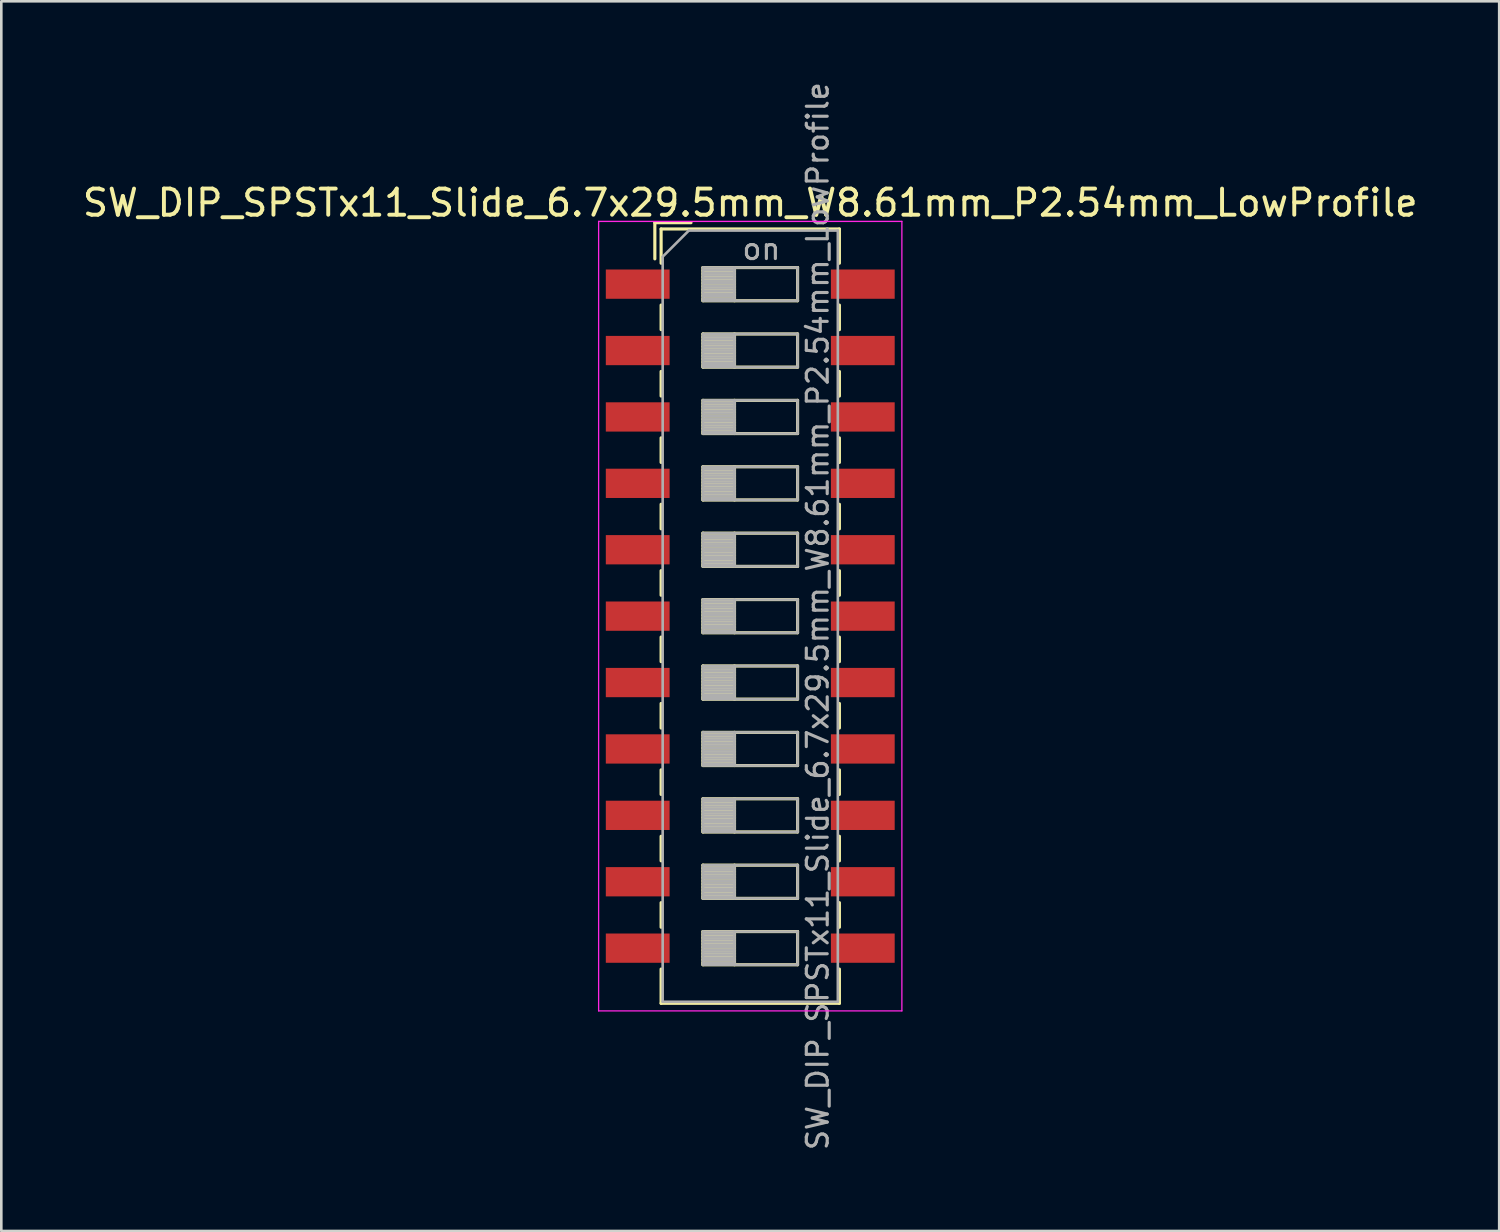
<source format=kicad_pcb>
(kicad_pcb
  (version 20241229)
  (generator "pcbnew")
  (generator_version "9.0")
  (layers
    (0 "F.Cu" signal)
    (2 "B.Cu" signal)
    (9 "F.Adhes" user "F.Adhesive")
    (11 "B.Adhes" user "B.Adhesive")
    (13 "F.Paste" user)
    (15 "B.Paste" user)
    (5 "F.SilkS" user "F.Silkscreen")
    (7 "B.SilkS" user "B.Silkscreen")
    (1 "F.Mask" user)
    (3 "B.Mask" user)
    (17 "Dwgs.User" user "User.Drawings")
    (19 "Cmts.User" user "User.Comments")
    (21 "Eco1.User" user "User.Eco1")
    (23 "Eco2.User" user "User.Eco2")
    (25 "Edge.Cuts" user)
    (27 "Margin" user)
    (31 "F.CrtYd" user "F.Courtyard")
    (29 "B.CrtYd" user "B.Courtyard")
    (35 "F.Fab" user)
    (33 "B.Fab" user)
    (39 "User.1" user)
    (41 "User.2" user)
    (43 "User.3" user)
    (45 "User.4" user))
  (footprint "SW_DIP_SPSTx11_Slide_6.7x29.5mm_W8.61mm_P2.54mm_LowProfile"
    (layer "F.Cu")
    (at 25.649 20.519)
    (property "Reference" "SW_DIP_SPSTx11_Slide_6.7x29.5mm_W8.61mm_P2.54mm_LowProfile" (at 0 -15.81 0) (layer "F.SilkS") (effects (font (size 1 1) (thickness 0.15))))
    (attr smd)
    (fp_line (start -3.65 -15.05) (end -3.65 -13.667) (stroke (width 0.12) (type solid)) (layer "F.SilkS"))
    (fp_line (start -3.65 -15.05) (end -2.267 -15.05) (stroke (width 0.12) (type solid)) (layer "F.SilkS"))
    (fp_line (start -3.41 -14.81) (end -3.41 -13.5) (stroke (width 0.12) (type solid)) (layer "F.SilkS"))
    (fp_line (start -3.41 -14.81) (end 3.41 -14.81) (stroke (width 0.12) (type solid)) (layer "F.SilkS"))
    (fp_line (start -3.41 -11.9) (end -3.41 -10.96) (stroke (width 0.12) (type solid)) (layer "F.SilkS"))
    (fp_line (start -3.41 -9.36) (end -3.41 -8.42) (stroke (width 0.12) (type solid)) (layer "F.SilkS"))
    (fp_line (start -3.41 -6.82) (end -3.41 -5.88) (stroke (width 0.12) (type solid)) (layer "F.SilkS"))
    (fp_line (start -3.41 -4.28) (end -3.41 -3.34) (stroke (width 0.12) (type solid)) (layer "F.SilkS"))
    (fp_line (start -3.41 -1.74) (end -3.41 -0.8) (stroke (width 0.12) (type solid)) (layer "F.SilkS"))
    (fp_line (start -3.41 0.8) (end -3.41 1.74) (stroke (width 0.12) (type solid)) (layer "F.SilkS"))
    (fp_line (start -3.41 3.34) (end -3.41 4.28) (stroke (width 0.12) (type solid)) (layer "F.SilkS"))
    (fp_line (start -3.41 5.88) (end -3.41 6.82) (stroke (width 0.12) (type solid)) (layer "F.SilkS"))
    (fp_line (start -3.41 8.42) (end -3.41 9.36) (stroke (width 0.12) (type solid)) (layer "F.SilkS"))
    (fp_line (start -3.41 10.96) (end -3.41 11.9) (stroke (width 0.12) (type solid)) (layer "F.SilkS"))
    (fp_line (start -3.41 13.5) (end -3.41 14.81) (stroke (width 0.12) (type solid)) (layer "F.SilkS"))
    (fp_line (start -3.41 14.81) (end 3.41 14.81) (stroke (width 0.12) (type solid)) (layer "F.SilkS"))
    (fp_line (start -1.81 -13.335) (end -1.81 -12.065) (stroke (width 0.12) (type solid)) (layer "F.SilkS"))
    (fp_line (start -1.81 -13.215) (end -0.603 -13.215) (stroke (width 0.12) (type solid)) (layer "F.SilkS"))
    (fp_line (start -1.81 -13.095) (end -0.603 -13.095) (stroke (width 0.12) (type solid)) (layer "F.SilkS"))
    (fp_line (start -1.81 -12.975) (end -0.603 -12.975) (stroke (width 0.12) (type solid)) (layer "F.SilkS"))
    (fp_line (start -1.81 -12.855) (end -0.603 -12.855) (stroke (width 0.12) (type solid)) (layer "F.SilkS"))
    (fp_line (start -1.81 -12.735) (end -0.603 -12.735) (stroke (width 0.12) (type solid)) (layer "F.SilkS"))
    (fp_line (start -1.81 -12.615) (end -0.603 -12.615) (stroke (width 0.12) (type solid)) (layer "F.SilkS"))
    (fp_line (start -1.81 -12.495) (end -0.603 -12.495) (stroke (width 0.12) (type solid)) (layer "F.SilkS"))
    (fp_line (start -1.81 -12.375) (end -0.603 -12.375) (stroke (width 0.12) (type solid)) (layer "F.SilkS"))
    (fp_line (start -1.81 -12.255) (end -0.603 -12.255) (stroke (width 0.12) (type solid)) (layer "F.SilkS"))
    (fp_line (start -1.81 -12.135) (end -0.603 -12.135) (stroke (width 0.12) (type solid)) (layer "F.SilkS"))
    (fp_line (start -1.81 -12.065) (end 1.81 -12.065) (stroke (width 0.12) (type solid)) (layer "F.SilkS"))
    (fp_line (start -1.81 -10.795) (end -1.81 -9.525) (stroke (width 0.12) (type solid)) (layer "F.SilkS"))
    (fp_line (start -1.81 -10.675) (end -0.603 -10.675) (stroke (width 0.12) (type solid)) (layer "F.SilkS"))
    (fp_line (start -1.81 -10.555) (end -0.603 -10.555) (stroke (width 0.12) (type solid)) (layer "F.SilkS"))
    (fp_line (start -1.81 -10.435) (end -0.603 -10.435) (stroke (width 0.12) (type solid)) (layer "F.SilkS"))
    (fp_line (start -1.81 -10.315) (end -0.603 -10.315) (stroke (width 0.12) (type solid)) (layer "F.SilkS"))
    (fp_line (start -1.81 -10.195) (end -0.603 -10.195) (stroke (width 0.12) (type solid)) (layer "F.SilkS"))
    (fp_line (start -1.81 -10.075) (end -0.603 -10.075) (stroke (width 0.12) (type solid)) (layer "F.SilkS"))
    (fp_line (start -1.81 -9.955) (end -0.603 -9.955) (stroke (width 0.12) (type solid)) (layer "F.SilkS"))
    (fp_line (start -1.81 -9.835) (end -0.603 -9.835) (stroke (width 0.12) (type solid)) (layer "F.SilkS"))
    (fp_line (start -1.81 -9.715) (end -0.603 -9.715) (stroke (width 0.12) (type solid)) (layer "F.SilkS"))
    (fp_line (start -1.81 -9.595) (end -0.603 -9.595) (stroke (width 0.12) (type solid)) (layer "F.SilkS"))
    (fp_line (start -1.81 -9.525) (end 1.81 -9.525) (stroke (width 0.12) (type solid)) (layer "F.SilkS"))
    (fp_line (start -1.81 -8.255) (end -1.81 -6.985) (stroke (width 0.12) (type solid)) (layer "F.SilkS"))
    (fp_line (start -1.81 -8.135) (end -0.603 -8.135) (stroke (width 0.12) (type solid)) (layer "F.SilkS"))
    (fp_line (start -1.81 -8.015) (end -0.603 -8.015) (stroke (width 0.12) (type solid)) (layer "F.SilkS"))
    (fp_line (start -1.81 -7.895) (end -0.603 -7.895) (stroke (width 0.12) (type solid)) (layer "F.SilkS"))
    (fp_line (start -1.81 -7.775) (end -0.603 -7.775) (stroke (width 0.12) (type solid)) (layer "F.SilkS"))
    (fp_line (start -1.81 -7.655) (end -0.603 -7.655) (stroke (width 0.12) (type solid)) (layer "F.SilkS"))
    (fp_line (start -1.81 -7.535) (end -0.603 -7.535) (stroke (width 0.12) (type solid)) (layer "F.SilkS"))
    (fp_line (start -1.81 -7.415) (end -0.603 -7.415) (stroke (width 0.12) (type solid)) (layer "F.SilkS"))
    (fp_line (start -1.81 -7.295) (end -0.603 -7.295) (stroke (width 0.12) (type solid)) (layer "F.SilkS"))
    (fp_line (start -1.81 -7.175) (end -0.603 -7.175) (stroke (width 0.12) (type solid)) (layer "F.SilkS"))
    (fp_line (start -1.81 -7.055) (end -0.603 -7.055) (stroke (width 0.12) (type solid)) (layer "F.SilkS"))
    (fp_line (start -1.81 -6.985) (end 1.81 -6.985) (stroke (width 0.12) (type solid)) (layer "F.SilkS"))
    (fp_line (start -1.81 -5.715) (end -1.81 -4.445) (stroke (width 0.12) (type solid)) (layer "F.SilkS"))
    (fp_line (start -1.81 -5.595) (end -0.603 -5.595) (stroke (width 0.12) (type solid)) (layer "F.SilkS"))
    (fp_line (start -1.81 -5.475) (end -0.603 -5.475) (stroke (width 0.12) (type solid)) (layer "F.SilkS"))
    (fp_line (start -1.81 -5.355) (end -0.603 -5.355) (stroke (width 0.12) (type solid)) (layer "F.SilkS"))
    (fp_line (start -1.81 -5.235) (end -0.603 -5.235) (stroke (width 0.12) (type solid)) (layer "F.SilkS"))
    (fp_line (start -1.81 -5.115) (end -0.603 -5.115) (stroke (width 0.12) (type solid)) (layer "F.SilkS"))
    (fp_line (start -1.81 -4.995) (end -0.603 -4.995) (stroke (width 0.12) (type solid)) (layer "F.SilkS"))
    (fp_line (start -1.81 -4.875) (end -0.603 -4.875) (stroke (width 0.12) (type solid)) (layer "F.SilkS"))
    (fp_line (start -1.81 -4.755) (end -0.603 -4.755) (stroke (width 0.12) (type solid)) (layer "F.SilkS"))
    (fp_line (start -1.81 -4.635) (end -0.603 -4.635) (stroke (width 0.12) (type solid)) (layer "F.SilkS"))
    (fp_line (start -1.81 -4.515) (end -0.603 -4.515) (stroke (width 0.12) (type solid)) (layer "F.SilkS"))
    (fp_line (start -1.81 -4.445) (end 1.81 -4.445) (stroke (width 0.12) (type solid)) (layer "F.SilkS"))
    (fp_line (start -1.81 -3.175) (end -1.81 -1.905) (stroke (width 0.12) (type solid)) (layer "F.SilkS"))
    (fp_line (start -1.81 -3.055) (end -0.603 -3.055) (stroke (width 0.12) (type solid)) (layer "F.SilkS"))
    (fp_line (start -1.81 -2.935) (end -0.603 -2.935) (stroke (width 0.12) (type solid)) (layer "F.SilkS"))
    (fp_line (start -1.81 -2.815) (end -0.603 -2.815) (stroke (width 0.12) (type solid)) (layer "F.SilkS"))
    (fp_line (start -1.81 -2.695) (end -0.603 -2.695) (stroke (width 0.12) (type solid)) (layer "F.SilkS"))
    (fp_line (start -1.81 -2.575) (end -0.603 -2.575) (stroke (width 0.12) (type solid)) (layer "F.SilkS"))
    (fp_line (start -1.81 -2.455) (end -0.603 -2.455) (stroke (width 0.12) (type solid)) (layer "F.SilkS"))
    (fp_line (start -1.81 -2.335) (end -0.603 -2.335) (stroke (width 0.12) (type solid)) (layer "F.SilkS"))
    (fp_line (start -1.81 -2.215) (end -0.603 -2.215) (stroke (width 0.12) (type solid)) (layer "F.SilkS"))
    (fp_line (start -1.81 -2.095) (end -0.603 -2.095) (stroke (width 0.12) (type solid)) (layer "F.SilkS"))
    (fp_line (start -1.81 -1.975) (end -0.603 -1.975) (stroke (width 0.12) (type solid)) (layer "F.SilkS"))
    (fp_line (start -1.81 -1.905) (end 1.81 -1.905) (stroke (width 0.12) (type solid)) (layer "F.SilkS"))
    (fp_line (start -1.81 -0.635) (end -1.81 0.635) (stroke (width 0.12) (type solid)) (layer "F.SilkS"))
    (fp_line (start -1.81 -0.515) (end -0.603 -0.515) (stroke (width 0.12) (type solid)) (layer "F.SilkS"))
    (fp_line (start -1.81 -0.395) (end -0.603 -0.395) (stroke (width 0.12) (type solid)) (layer "F.SilkS"))
    (fp_line (start -1.81 -0.275) (end -0.603 -0.275) (stroke (width 0.12) (type solid)) (layer "F.SilkS"))
    (fp_line (start -1.81 -0.155) (end -0.603 -0.155) (stroke (width 0.12) (type solid)) (layer "F.SilkS"))
    (fp_line (start -1.81 -0.035) (end -0.603 -0.035) (stroke (width 0.12) (type solid)) (layer "F.SilkS"))
    (fp_line (start -1.81 0.085) (end -0.603 0.085) (stroke (width 0.12) (type solid)) (layer "F.SilkS"))
    (fp_line (start -1.81 0.205) (end -0.603 0.205) (stroke (width 0.12) (type solid)) (layer "F.SilkS"))
    (fp_line (start -1.81 0.325) (end -0.603 0.325) (stroke (width 0.12) (type solid)) (layer "F.SilkS"))
    (fp_line (start -1.81 0.445) (end -0.603 0.445) (stroke (width 0.12) (type solid)) (layer "F.SilkS"))
    (fp_line (start -1.81 0.565) (end -0.603 0.565) (stroke (width 0.12) (type solid)) (layer "F.SilkS"))
    (fp_line (start -1.81 0.635) (end 1.81 0.635) (stroke (width 0.12) (type solid)) (layer "F.SilkS"))
    (fp_line (start -1.81 1.905) (end -1.81 3.175) (stroke (width 0.12) (type solid)) (layer "F.SilkS"))
    (fp_line (start -1.81 2.025) (end -0.603 2.025) (stroke (width 0.12) (type solid)) (layer "F.SilkS"))
    (fp_line (start -1.81 2.145) (end -0.603 2.145) (stroke (width 0.12) (type solid)) (layer "F.SilkS"))
    (fp_line (start -1.81 2.265) (end -0.603 2.265) (stroke (width 0.12) (type solid)) (layer "F.SilkS"))
    (fp_line (start -1.81 2.385) (end -0.603 2.385) (stroke (width 0.12) (type solid)) (layer "F.SilkS"))
    (fp_line (start -1.81 2.505) (end -0.603 2.505) (stroke (width 0.12) (type solid)) (layer "F.SilkS"))
    (fp_line (start -1.81 2.625) (end -0.603 2.625) (stroke (width 0.12) (type solid)) (layer "F.SilkS"))
    (fp_line (start -1.81 2.745) (end -0.603 2.745) (stroke (width 0.12) (type solid)) (layer "F.SilkS"))
    (fp_line (start -1.81 2.865) (end -0.603 2.865) (stroke (width 0.12) (type solid)) (layer "F.SilkS"))
    (fp_line (start -1.81 2.985) (end -0.603 2.985) (stroke (width 0.12) (type solid)) (layer "F.SilkS"))
    (fp_line (start -1.81 3.105) (end -0.603 3.105) (stroke (width 0.12) (type solid)) (layer "F.SilkS"))
    (fp_line (start -1.81 3.175) (end 1.81 3.175) (stroke (width 0.12) (type solid)) (layer "F.SilkS"))
    (fp_line (start -1.81 4.445) (end -1.81 5.715) (stroke (width 0.12) (type solid)) (layer "F.SilkS"))
    (fp_line (start -1.81 4.565) (end -0.603 4.565) (stroke (width 0.12) (type solid)) (layer "F.SilkS"))
    (fp_line (start -1.81 4.685) (end -0.603 4.685) (stroke (width 0.12) (type solid)) (layer "F.SilkS"))
    (fp_line (start -1.81 4.805) (end -0.603 4.805) (stroke (width 0.12) (type solid)) (layer "F.SilkS"))
    (fp_line (start -1.81 4.925) (end -0.603 4.925) (stroke (width 0.12) (type solid)) (layer "F.SilkS"))
    (fp_line (start -1.81 5.045) (end -0.603 5.045) (stroke (width 0.12) (type solid)) (layer "F.SilkS"))
    (fp_line (start -1.81 5.165) (end -0.603 5.165) (stroke (width 0.12) (type solid)) (layer "F.SilkS"))
    (fp_line (start -1.81 5.285) (end -0.603 5.285) (stroke (width 0.12) (type solid)) (layer "F.SilkS"))
    (fp_line (start -1.81 5.405) (end -0.603 5.405) (stroke (width 0.12) (type solid)) (layer "F.SilkS"))
    (fp_line (start -1.81 5.525) (end -0.603 5.525) (stroke (width 0.12) (type solid)) (layer "F.SilkS"))
    (fp_line (start -1.81 5.645) (end -0.603 5.645) (stroke (width 0.12) (type solid)) (layer "F.SilkS"))
    (fp_line (start -1.81 5.715) (end 1.81 5.715) (stroke (width 0.12) (type solid)) (layer "F.SilkS"))
    (fp_line (start -1.81 6.985) (end -1.81 8.255) (stroke (width 0.12) (type solid)) (layer "F.SilkS"))
    (fp_line (start -1.81 7.105) (end -0.603 7.105) (stroke (width 0.12) (type solid)) (layer "F.SilkS"))
    (fp_line (start -1.81 7.225) (end -0.603 7.225) (stroke (width 0.12) (type solid)) (layer "F.SilkS"))
    (fp_line (start -1.81 7.345) (end -0.603 7.345) (stroke (width 0.12) (type solid)) (layer "F.SilkS"))
    (fp_line (start -1.81 7.465) (end -0.603 7.465) (stroke (width 0.12) (type solid)) (layer "F.SilkS"))
    (fp_line (start -1.81 7.585) (end -0.603 7.585) (stroke (width 0.12) (type solid)) (layer "F.SilkS"))
    (fp_line (start -1.81 7.705) (end -0.603 7.705) (stroke (width 0.12) (type solid)) (layer "F.SilkS"))
    (fp_line (start -1.81 7.825) (end -0.603 7.825) (stroke (width 0.12) (type solid)) (layer "F.SilkS"))
    (fp_line (start -1.81 7.945) (end -0.603 7.945) (stroke (width 0.12) (type solid)) (layer "F.SilkS"))
    (fp_line (start -1.81 8.065) (end -0.603 8.065) (stroke (width 0.12) (type solid)) (layer "F.SilkS"))
    (fp_line (start -1.81 8.185) (end -0.603 8.185) (stroke (width 0.12) (type solid)) (layer "F.SilkS"))
    (fp_line (start -1.81 8.255) (end 1.81 8.255) (stroke (width 0.12) (type solid)) (layer "F.SilkS"))
    (fp_line (start -1.81 9.525) (end -1.81 10.795) (stroke (width 0.12) (type solid)) (layer "F.SilkS"))
    (fp_line (start -1.81 9.645) (end -0.603 9.645) (stroke (width 0.12) (type solid)) (layer "F.SilkS"))
    (fp_line (start -1.81 9.765) (end -0.603 9.765) (stroke (width 0.12) (type solid)) (layer "F.SilkS"))
    (fp_line (start -1.81 9.885) (end -0.603 9.885) (stroke (width 0.12) (type solid)) (layer "F.SilkS"))
    (fp_line (start -1.81 10.005) (end -0.603 10.005) (stroke (width 0.12) (type solid)) (layer "F.SilkS"))
    (fp_line (start -1.81 10.125) (end -0.603 10.125) (stroke (width 0.12) (type solid)) (layer "F.SilkS"))
    (fp_line (start -1.81 10.245) (end -0.603 10.245) (stroke (width 0.12) (type solid)) (layer "F.SilkS"))
    (fp_line (start -1.81 10.365) (end -0.603 10.365) (stroke (width 0.12) (type solid)) (layer "F.SilkS"))
    (fp_line (start -1.81 10.485) (end -0.603 10.485) (stroke (width 0.12) (type solid)) (layer "F.SilkS"))
    (fp_line (start -1.81 10.605) (end -0.603 10.605) (stroke (width 0.12) (type solid)) (layer "F.SilkS"))
    (fp_line (start -1.81 10.725) (end -0.603 10.725) (stroke (width 0.12) (type solid)) (layer "F.SilkS"))
    (fp_line (start -1.81 10.795) (end 1.81 10.795) (stroke (width 0.12) (type solid)) (layer "F.SilkS"))
    (fp_line (start -1.81 12.065) (end -1.81 13.335) (stroke (width 0.12) (type solid)) (layer "F.SilkS"))
    (fp_line (start -1.81 12.185) (end -0.603 12.185) (stroke (width 0.12) (type solid)) (layer "F.SilkS"))
    (fp_line (start -1.81 12.305) (end -0.603 12.305) (stroke (width 0.12) (type solid)) (layer "F.SilkS"))
    (fp_line (start -1.81 12.425) (end -0.603 12.425) (stroke (width 0.12) (type solid)) (layer "F.SilkS"))
    (fp_line (start -1.81 12.545) (end -0.603 12.545) (stroke (width 0.12) (type solid)) (layer "F.SilkS"))
    (fp_line (start -1.81 12.665) (end -0.603 12.665) (stroke (width 0.12) (type solid)) (layer "F.SilkS"))
    (fp_line (start -1.81 12.785) (end -0.603 12.785) (stroke (width 0.12) (type solid)) (layer "F.SilkS"))
    (fp_line (start -1.81 12.905) (end -0.603 12.905) (stroke (width 0.12) (type solid)) (layer "F.SilkS"))
    (fp_line (start -1.81 13.025) (end -0.603 13.025) (stroke (width 0.12) (type solid)) (layer "F.SilkS"))
    (fp_line (start -1.81 13.145) (end -0.603 13.145) (stroke (width 0.12) (type solid)) (layer "F.SilkS"))
    (fp_line (start -1.81 13.265) (end -0.603 13.265) (stroke (width 0.12) (type solid)) (layer "F.SilkS"))
    (fp_line (start -1.81 13.335) (end 1.81 13.335) (stroke (width 0.12) (type solid)) (layer "F.SilkS"))
    (fp_line (start -0.603 -13.335) (end -0.603 -12.065) (stroke (width 0.12) (type solid)) (layer "F.SilkS"))
    (fp_line (start -0.603 -10.795) (end -0.603 -9.525) (stroke (width 0.12) (type solid)) (layer "F.SilkS"))
    (fp_line (start -0.603 -8.255) (end -0.603 -6.985) (stroke (width 0.12) (type solid)) (layer "F.SilkS"))
    (fp_line (start -0.603 -5.715) (end -0.603 -4.445) (stroke (width 0.12) (type solid)) (layer "F.SilkS"))
    (fp_line (start -0.603 -3.175) (end -0.603 -1.905) (stroke (width 0.12) (type solid)) (layer "F.SilkS"))
    (fp_line (start -0.603 -0.635) (end -0.603 0.635) (stroke (width 0.12) (type solid)) (layer "F.SilkS"))
    (fp_line (start -0.603 1.905) (end -0.603 3.175) (stroke (width 0.12) (type solid)) (layer "F.SilkS"))
    (fp_line (start -0.603 4.445) (end -0.603 5.715) (stroke (width 0.12) (type solid)) (layer "F.SilkS"))
    (fp_line (start -0.603 6.985) (end -0.603 8.255) (stroke (width 0.12) (type solid)) (layer "F.SilkS"))
    (fp_line (start -0.603 9.525) (end -0.603 10.795) (stroke (width 0.12) (type solid)) (layer "F.SilkS"))
    (fp_line (start -0.603 12.065) (end -0.603 13.335) (stroke (width 0.12) (type solid)) (layer "F.SilkS"))
    (fp_line (start 1.81 -13.335) (end -1.81 -13.335) (stroke (width 0.12) (type solid)) (layer "F.SilkS"))
    (fp_line (start 1.81 -12.065) (end 1.81 -13.335) (stroke (width 0.12) (type solid)) (layer "F.SilkS"))
    (fp_line (start 1.81 -10.795) (end -1.81 -10.795) (stroke (width 0.12) (type solid)) (layer "F.SilkS"))
    (fp_line (start 1.81 -9.525) (end 1.81 -10.795) (stroke (width 0.12) (type solid)) (layer "F.SilkS"))
    (fp_line (start 1.81 -8.255) (end -1.81 -8.255) (stroke (width 0.12) (type solid)) (layer "F.SilkS"))
    (fp_line (start 1.81 -6.985) (end 1.81 -8.255) (stroke (width 0.12) (type solid)) (layer "F.SilkS"))
    (fp_line (start 1.81 -5.715) (end -1.81 -5.715) (stroke (width 0.12) (type solid)) (layer "F.SilkS"))
    (fp_line (start 1.81 -4.445) (end 1.81 -5.715) (stroke (width 0.12) (type solid)) (layer "F.SilkS"))
    (fp_line (start 1.81 -3.175) (end -1.81 -3.175) (stroke (width 0.12) (type solid)) (layer "F.SilkS"))
    (fp_line (start 1.81 -1.905) (end 1.81 -3.175) (stroke (width 0.12) (type solid)) (layer "F.SilkS"))
    (fp_line (start 1.81 -0.635) (end -1.81 -0.635) (stroke (width 0.12) (type solid)) (layer "F.SilkS"))
    (fp_line (start 1.81 0.635) (end 1.81 -0.635) (stroke (width 0.12) (type solid)) (layer "F.SilkS"))
    (fp_line (start 1.81 1.905) (end -1.81 1.905) (stroke (width 0.12) (type solid)) (layer "F.SilkS"))
    (fp_line (start 1.81 3.175) (end 1.81 1.905) (stroke (width 0.12) (type solid)) (layer "F.SilkS"))
    (fp_line (start 1.81 4.445) (end -1.81 4.445) (stroke (width 0.12) (type solid)) (layer "F.SilkS"))
    (fp_line (start 1.81 5.715) (end 1.81 4.445) (stroke (width 0.12) (type solid)) (layer "F.SilkS"))
    (fp_line (start 1.81 6.985) (end -1.81 6.985) (stroke (width 0.12) (type solid)) (layer "F.SilkS"))
    (fp_line (start 1.81 8.255) (end 1.81 6.985) (stroke (width 0.12) (type solid)) (layer "F.SilkS"))
    (fp_line (start 1.81 9.525) (end -1.81 9.525) (stroke (width 0.12) (type solid)) (layer "F.SilkS"))
    (fp_line (start 1.81 10.795) (end 1.81 9.525) (stroke (width 0.12) (type solid)) (layer "F.SilkS"))
    (fp_line (start 1.81 12.065) (end -1.81 12.065) (stroke (width 0.12) (type solid)) (layer "F.SilkS"))
    (fp_line (start 1.81 13.335) (end 1.81 12.065) (stroke (width 0.12) (type solid)) (layer "F.SilkS"))
    (fp_line (start 3.41 -14.81) (end 3.41 -13.5) (stroke (width 0.12) (type solid)) (layer "F.SilkS"))
    (fp_line (start 3.41 -11.899) (end 3.41 -10.959) (stroke (width 0.12) (type solid)) (layer "F.SilkS"))
    (fp_line (start 3.41 -9.359) (end 3.41 -8.419) (stroke (width 0.12) (type solid)) (layer "F.SilkS"))
    (fp_line (start 3.41 -6.819) (end 3.41 -5.879) (stroke (width 0.12) (type solid)) (layer "F.SilkS"))
    (fp_line (start 3.41 -4.279) (end 3.41 -3.339) (stroke (width 0.12) (type solid)) (layer "F.SilkS"))
    (fp_line (start 3.41 -1.739) (end 3.41 -0.799) (stroke (width 0.12) (type solid)) (layer "F.SilkS"))
    (fp_line (start 3.41 0.801) (end 3.41 1.741) (stroke (width 0.12) (type solid)) (layer "F.SilkS"))
    (fp_line (start 3.41 3.341) (end 3.41 4.28) (stroke (width 0.12) (type solid)) (layer "F.SilkS"))
    (fp_line (start 3.41 5.88) (end 3.41 6.82) (stroke (width 0.12) (type solid)) (layer "F.SilkS"))
    (fp_line (start 3.41 8.42) (end 3.41 9.36) (stroke (width 0.12) (type solid)) (layer "F.SilkS"))
    (fp_line (start 3.41 10.96) (end 3.41 11.9) (stroke (width 0.12) (type solid)) (layer "F.SilkS"))
    (fp_line (start 3.41 13.5) (end 3.41 14.81) (stroke (width 0.12) (type solid)) (layer "F.SilkS"))
    (fp_line (start -5.8 -15.1) (end -5.8 15.1) (stroke (width 0.05) (type solid)) (layer "F.CrtYd"))
    (fp_line (start -5.8 15.1) (end 5.8 15.1) (stroke (width 0.05) (type solid)) (layer "F.CrtYd"))
    (fp_line (start 5.8 -15.1) (end -5.8 -15.1) (stroke (width 0.05) (type solid)) (layer "F.CrtYd"))
    (fp_line (start 5.8 15.1) (end 5.8 -15.1) (stroke (width 0.05) (type solid)) (layer "F.CrtYd"))
    (fp_line (start -3.35 -13.75) (end -2.35 -14.75) (stroke (width 0.1) (type solid)) (layer "F.Fab"))
    (fp_line (start -3.35 14.75) (end -3.35 -13.75) (stroke (width 0.1) (type solid)) (layer "F.Fab"))
    (fp_line (start -2.35 -14.75) (end 3.35 -14.75) (stroke (width 0.1) (type solid)) (layer "F.Fab"))
    (fp_line (start -1.81 -13.335) (end -1.81 -12.065) (stroke (width 0.1) (type solid)) (layer "F.Fab"))
    (fp_line (start -1.81 -13.235) (end -0.603 -13.235) (stroke (width 0.1) (type solid)) (layer "F.Fab"))
    (fp_line (start -1.81 -13.135) (end -0.603 -13.135) (stroke (width 0.1) (type solid)) (layer "F.Fab"))
    (fp_line (start -1.81 -13.035) (end -0.603 -13.035) (stroke (width 0.1) (type solid)) (layer "F.Fab"))
    (fp_line (start -1.81 -12.935) (end -0.603 -12.935) (stroke (width 0.1) (type solid)) (layer "F.Fab"))
    (fp_line (start -1.81 -12.835) (end -0.603 -12.835) (stroke (width 0.1) (type solid)) (layer "F.Fab"))
    (fp_line (start -1.81 -12.735) (end -0.603 -12.735) (stroke (width 0.1) (type solid)) (layer "F.Fab"))
    (fp_line (start -1.81 -12.635) (end -0.603 -12.635) (stroke (width 0.1) (type solid)) (layer "F.Fab"))
    (fp_line (start -1.81 -12.535) (end -0.603 -12.535) (stroke (width 0.1) (type solid)) (layer "F.Fab"))
    (fp_line (start -1.81 -12.435) (end -0.603 -12.435) (stroke (width 0.1) (type solid)) (layer "F.Fab"))
    (fp_line (start -1.81 -12.335) (end -0.603 -12.335) (stroke (width 0.1) (type solid)) (layer "F.Fab"))
    (fp_line (start -1.81 -12.235) (end -0.603 -12.235) (stroke (width 0.1) (type solid)) (layer "F.Fab"))
    (fp_line (start -1.81 -12.135) (end -0.603 -12.135) (stroke (width 0.1) (type solid)) (layer "F.Fab"))
    (fp_line (start -1.81 -12.065) (end 1.81 -12.065) (stroke (width 0.1) (type solid)) (layer "F.Fab"))
    (fp_line (start -1.81 -10.795) (end -1.81 -9.525) (stroke (width 0.1) (type solid)) (layer "F.Fab"))
    (fp_line (start -1.81 -10.695) (end -0.603 -10.695) (stroke (width 0.1) (type solid)) (layer "F.Fab"))
    (fp_line (start -1.81 -10.595) (end -0.603 -10.595) (stroke (width 0.1) (type solid)) (layer "F.Fab"))
    (fp_line (start -1.81 -10.495) (end -0.603 -10.495) (stroke (width 0.1) (type solid)) (layer "F.Fab"))
    (fp_line (start -1.81 -10.395) (end -0.603 -10.395) (stroke (width 0.1) (type solid)) (layer "F.Fab"))
    (fp_line (start -1.81 -10.295) (end -0.603 -10.295) (stroke (width 0.1) (type solid)) (layer "F.Fab"))
    (fp_line (start -1.81 -10.195) (end -0.603 -10.195) (stroke (width 0.1) (type solid)) (layer "F.Fab"))
    (fp_line (start -1.81 -10.095) (end -0.603 -10.095) (stroke (width 0.1) (type solid)) (layer "F.Fab"))
    (fp_line (start -1.81 -9.995) (end -0.603 -9.995) (stroke (width 0.1) (type solid)) (layer "F.Fab"))
    (fp_line (start -1.81 -9.895) (end -0.603 -9.895) (stroke (width 0.1) (type solid)) (layer "F.Fab"))
    (fp_line (start -1.81 -9.795) (end -0.603 -9.795) (stroke (width 0.1) (type solid)) (layer "F.Fab"))
    (fp_line (start -1.81 -9.695) (end -0.603 -9.695) (stroke (width 0.1) (type solid)) (layer "F.Fab"))
    (fp_line (start -1.81 -9.595) (end -0.603 -9.595) (stroke (width 0.1) (type solid)) (layer "F.Fab"))
    (fp_line (start -1.81 -9.525) (end 1.81 -9.525) (stroke (width 0.1) (type solid)) (layer "F.Fab"))
    (fp_line (start -1.81 -8.255) (end -1.81 -6.985) (stroke (width 0.1) (type solid)) (layer "F.Fab"))
    (fp_line (start -1.81 -8.155) (end -0.603 -8.155) (stroke (width 0.1) (type solid)) (layer "F.Fab"))
    (fp_line (start -1.81 -8.055) (end -0.603 -8.055) (stroke (width 0.1) (type solid)) (layer "F.Fab"))
    (fp_line (start -1.81 -7.955) (end -0.603 -7.955) (stroke (width 0.1) (type solid)) (layer "F.Fab"))
    (fp_line (start -1.81 -7.855) (end -0.603 -7.855) (stroke (width 0.1) (type solid)) (layer "F.Fab"))
    (fp_line (start -1.81 -7.755) (end -0.603 -7.755) (stroke (width 0.1) (type solid)) (layer "F.Fab"))
    (fp_line (start -1.81 -7.655) (end -0.603 -7.655) (stroke (width 0.1) (type solid)) (layer "F.Fab"))
    (fp_line (start -1.81 -7.555) (end -0.603 -7.555) (stroke (width 0.1) (type solid)) (layer "F.Fab"))
    (fp_line (start -1.81 -7.455) (end -0.603 -7.455) (stroke (width 0.1) (type solid)) (layer "F.Fab"))
    (fp_line (start -1.81 -7.355) (end -0.603 -7.355) (stroke (width 0.1) (type solid)) (layer "F.Fab"))
    (fp_line (start -1.81 -7.255) (end -0.603 -7.255) (stroke (width 0.1) (type solid)) (layer "F.Fab"))
    (fp_line (start -1.81 -7.155) (end -0.603 -7.155) (stroke (width 0.1) (type solid)) (layer "F.Fab"))
    (fp_line (start -1.81 -7.055) (end -0.603 -7.055) (stroke (width 0.1) (type solid)) (layer "F.Fab"))
    (fp_line (start -1.81 -6.985) (end 1.81 -6.985) (stroke (width 0.1) (type solid)) (layer "F.Fab"))
    (fp_line (start -1.81 -5.715) (end -1.81 -4.445) (stroke (width 0.1) (type solid)) (layer "F.Fab"))
    (fp_line (start -1.81 -5.615) (end -0.603 -5.615) (stroke (width 0.1) (type solid)) (layer "F.Fab"))
    (fp_line (start -1.81 -5.515) (end -0.603 -5.515) (stroke (width 0.1) (type solid)) (layer "F.Fab"))
    (fp_line (start -1.81 -5.415) (end -0.603 -5.415) (stroke (width 0.1) (type solid)) (layer "F.Fab"))
    (fp_line (start -1.81 -5.315) (end -0.603 -5.315) (stroke (width 0.1) (type solid)) (layer "F.Fab"))
    (fp_line (start -1.81 -5.215) (end -0.603 -5.215) (stroke (width 0.1) (type solid)) (layer "F.Fab"))
    (fp_line (start -1.81 -5.115) (end -0.603 -5.115) (stroke (width 0.1) (type solid)) (layer "F.Fab"))
    (fp_line (start -1.81 -5.015) (end -0.603 -5.015) (stroke (width 0.1) (type solid)) (layer "F.Fab"))
    (fp_line (start -1.81 -4.915) (end -0.603 -4.915) (stroke (width 0.1) (type solid)) (layer "F.Fab"))
    (fp_line (start -1.81 -4.815) (end -0.603 -4.815) (stroke (width 0.1) (type solid)) (layer "F.Fab"))
    (fp_line (start -1.81 -4.715) (end -0.603 -4.715) (stroke (width 0.1) (type solid)) (layer "F.Fab"))
    (fp_line (start -1.81 -4.615) (end -0.603 -4.615) (stroke (width 0.1) (type solid)) (layer "F.Fab"))
    (fp_line (start -1.81 -4.515) (end -0.603 -4.515) (stroke (width 0.1) (type solid)) (layer "F.Fab"))
    (fp_line (start -1.81 -4.445) (end 1.81 -4.445) (stroke (width 0.1) (type solid)) (layer "F.Fab"))
    (fp_line (start -1.81 -3.175) (end -1.81 -1.905) (stroke (width 0.1) (type solid)) (layer "F.Fab"))
    (fp_line (start -1.81 -3.075) (end -0.603 -3.075) (stroke (width 0.1) (type solid)) (layer "F.Fab"))
    (fp_line (start -1.81 -2.975) (end -0.603 -2.975) (stroke (width 0.1) (type solid)) (layer "F.Fab"))
    (fp_line (start -1.81 -2.875) (end -0.603 -2.875) (stroke (width 0.1) (type solid)) (layer "F.Fab"))
    (fp_line (start -1.81 -2.775) (end -0.603 -2.775) (stroke (width 0.1) (type solid)) (layer "F.Fab"))
    (fp_line (start -1.81 -2.675) (end -0.603 -2.675) (stroke (width 0.1) (type solid)) (layer "F.Fab"))
    (fp_line (start -1.81 -2.575) (end -0.603 -2.575) (stroke (width 0.1) (type solid)) (layer "F.Fab"))
    (fp_line (start -1.81 -2.475) (end -0.603 -2.475) (stroke (width 0.1) (type solid)) (layer "F.Fab"))
    (fp_line (start -1.81 -2.375) (end -0.603 -2.375) (stroke (width 0.1) (type solid)) (layer "F.Fab"))
    (fp_line (start -1.81 -2.275) (end -0.603 -2.275) (stroke (width 0.1) (type solid)) (layer "F.Fab"))
    (fp_line (start -1.81 -2.175) (end -0.603 -2.175) (stroke (width 0.1) (type solid)) (layer "F.Fab"))
    (fp_line (start -1.81 -2.075) (end -0.603 -2.075) (stroke (width 0.1) (type solid)) (layer "F.Fab"))
    (fp_line (start -1.81 -1.975) (end -0.603 -1.975) (stroke (width 0.1) (type solid)) (layer "F.Fab"))
    (fp_line (start -1.81 -1.905) (end 1.81 -1.905) (stroke (width 0.1) (type solid)) (layer "F.Fab"))
    (fp_line (start -1.81 -0.635) (end -1.81 0.635) (stroke (width 0.1) (type solid)) (layer "F.Fab"))
    (fp_line (start -1.81 -0.535) (end -0.603 -0.535) (stroke (width 0.1) (type solid)) (layer "F.Fab"))
    (fp_line (start -1.81 -0.435) (end -0.603 -0.435) (stroke (width 0.1) (type solid)) (layer "F.Fab"))
    (fp_line (start -1.81 -0.335) (end -0.603 -0.335) (stroke (width 0.1) (type solid)) (layer "F.Fab"))
    (fp_line (start -1.81 -0.235) (end -0.603 -0.235) (stroke (width 0.1) (type solid)) (layer "F.Fab"))
    (fp_line (start -1.81 -0.135) (end -0.603 -0.135) (stroke (width 0.1) (type solid)) (layer "F.Fab"))
    (fp_line (start -1.81 -0.035) (end -0.603 -0.035) (stroke (width 0.1) (type solid)) (layer "F.Fab"))
    (fp_line (start -1.81 0.065) (end -0.603 0.065) (stroke (width 0.1) (type solid)) (layer "F.Fab"))
    (fp_line (start -1.81 0.165) (end -0.603 0.165) (stroke (width 0.1) (type solid)) (layer "F.Fab"))
    (fp_line (start -1.81 0.265) (end -0.603 0.265) (stroke (width 0.1) (type solid)) (layer "F.Fab"))
    (fp_line (start -1.81 0.365) (end -0.603 0.365) (stroke (width 0.1) (type solid)) (layer "F.Fab"))
    (fp_line (start -1.81 0.465) (end -0.603 0.465) (stroke (width 0.1) (type solid)) (layer "F.Fab"))
    (fp_line (start -1.81 0.565) (end -0.603 0.565) (stroke (width 0.1) (type solid)) (layer "F.Fab"))
    (fp_line (start -1.81 0.635) (end 1.81 0.635) (stroke (width 0.1) (type solid)) (layer "F.Fab"))
    (fp_line (start -1.81 1.905) (end -1.81 3.175) (stroke (width 0.1) (type solid)) (layer "F.Fab"))
    (fp_line (start -1.81 2.005) (end -0.603 2.005) (stroke (width 0.1) (type solid)) (layer "F.Fab"))
    (fp_line (start -1.81 2.105) (end -0.603 2.105) (stroke (width 0.1) (type solid)) (layer "F.Fab"))
    (fp_line (start -1.81 2.205) (end -0.603 2.205) (stroke (width 0.1) (type solid)) (layer "F.Fab"))
    (fp_line (start -1.81 2.305) (end -0.603 2.305) (stroke (width 0.1) (type solid)) (layer "F.Fab"))
    (fp_line (start -1.81 2.405) (end -0.603 2.405) (stroke (width 0.1) (type solid)) (layer "F.Fab"))
    (fp_line (start -1.81 2.505) (end -0.603 2.505) (stroke (width 0.1) (type solid)) (layer "F.Fab"))
    (fp_line (start -1.81 2.605) (end -0.603 2.605) (stroke (width 0.1) (type solid)) (layer "F.Fab"))
    (fp_line (start -1.81 2.705) (end -0.603 2.705) (stroke (width 0.1) (type solid)) (layer "F.Fab"))
    (fp_line (start -1.81 2.805) (end -0.603 2.805) (stroke (width 0.1) (type solid)) (layer "F.Fab"))
    (fp_line (start -1.81 2.905) (end -0.603 2.905) (stroke (width 0.1) (type solid)) (layer "F.Fab"))
    (fp_line (start -1.81 3.005) (end -0.603 3.005) (stroke (width 0.1) (type solid)) (layer "F.Fab"))
    (fp_line (start -1.81 3.105) (end -0.603 3.105) (stroke (width 0.1) (type solid)) (layer "F.Fab"))
    (fp_line (start -1.81 3.175) (end 1.81 3.175) (stroke (width 0.1) (type solid)) (layer "F.Fab"))
    (fp_line (start -1.81 4.445) (end -1.81 5.715) (stroke (width 0.1) (type solid)) (layer "F.Fab"))
    (fp_line (start -1.81 4.545) (end -0.603 4.545) (stroke (width 0.1) (type solid)) (layer "F.Fab"))
    (fp_line (start -1.81 4.645) (end -0.603 4.645) (stroke (width 0.1) (type solid)) (layer "F.Fab"))
    (fp_line (start -1.81 4.745) (end -0.603 4.745) (stroke (width 0.1) (type solid)) (layer "F.Fab"))
    (fp_line (start -1.81 4.845) (end -0.603 4.845) (stroke (width 0.1) (type solid)) (layer "F.Fab"))
    (fp_line (start -1.81 4.945) (end -0.603 4.945) (stroke (width 0.1) (type solid)) (layer "F.Fab"))
    (fp_line (start -1.81 5.045) (end -0.603 5.045) (stroke (width 0.1) (type solid)) (layer "F.Fab"))
    (fp_line (start -1.81 5.145) (end -0.603 5.145) (stroke (width 0.1) (type solid)) (layer "F.Fab"))
    (fp_line (start -1.81 5.245) (end -0.603 5.245) (stroke (width 0.1) (type solid)) (layer "F.Fab"))
    (fp_line (start -1.81 5.345) (end -0.603 5.345) (stroke (width 0.1) (type solid)) (layer "F.Fab"))
    (fp_line (start -1.81 5.445) (end -0.603 5.445) (stroke (width 0.1) (type solid)) (layer "F.Fab"))
    (fp_line (start -1.81 5.545) (end -0.603 5.545) (stroke (width 0.1) (type solid)) (layer "F.Fab"))
    (fp_line (start -1.81 5.645) (end -0.603 5.645) (stroke (width 0.1) (type solid)) (layer "F.Fab"))
    (fp_line (start -1.81 5.715) (end 1.81 5.715) (stroke (width 0.1) (type solid)) (layer "F.Fab"))
    (fp_line (start -1.81 6.985) (end -1.81 8.255) (stroke (width 0.1) (type solid)) (layer "F.Fab"))
    (fp_line (start -1.81 7.085) (end -0.603 7.085) (stroke (width 0.1) (type solid)) (layer "F.Fab"))
    (fp_line (start -1.81 7.185) (end -0.603 7.185) (stroke (width 0.1) (type solid)) (layer "F.Fab"))
    (fp_line (start -1.81 7.285) (end -0.603 7.285) (stroke (width 0.1) (type solid)) (layer "F.Fab"))
    (fp_line (start -1.81 7.385) (end -0.603 7.385) (stroke (width 0.1) (type solid)) (layer "F.Fab"))
    (fp_line (start -1.81 7.485) (end -0.603 7.485) (stroke (width 0.1) (type solid)) (layer "F.Fab"))
    (fp_line (start -1.81 7.585) (end -0.603 7.585) (stroke (width 0.1) (type solid)) (layer "F.Fab"))
    (fp_line (start -1.81 7.685) (end -0.603 7.685) (stroke (width 0.1) (type solid)) (layer "F.Fab"))
    (fp_line (start -1.81 7.785) (end -0.603 7.785) (stroke (width 0.1) (type solid)) (layer "F.Fab"))
    (fp_line (start -1.81 7.885) (end -0.603 7.885) (stroke (width 0.1) (type solid)) (layer "F.Fab"))
    (fp_line (start -1.81 7.985) (end -0.603 7.985) (stroke (width 0.1) (type solid)) (layer "F.Fab"))
    (fp_line (start -1.81 8.085) (end -0.603 8.085) (stroke (width 0.1) (type solid)) (layer "F.Fab"))
    (fp_line (start -1.81 8.185) (end -0.603 8.185) (stroke (width 0.1) (type solid)) (layer "F.Fab"))
    (fp_line (start -1.81 8.255) (end 1.81 8.255) (stroke (width 0.1) (type solid)) (layer "F.Fab"))
    (fp_line (start -1.81 9.525) (end -1.81 10.795) (stroke (width 0.1) (type solid)) (layer "F.Fab"))
    (fp_line (start -1.81 9.625) (end -0.603 9.625) (stroke (width 0.1) (type solid)) (layer "F.Fab"))
    (fp_line (start -1.81 9.725) (end -0.603 9.725) (stroke (width 0.1) (type solid)) (layer "F.Fab"))
    (fp_line (start -1.81 9.825) (end -0.603 9.825) (stroke (width 0.1) (type solid)) (layer "F.Fab"))
    (fp_line (start -1.81 9.925) (end -0.603 9.925) (stroke (width 0.1) (type solid)) (layer "F.Fab"))
    (fp_line (start -1.81 10.025) (end -0.603 10.025) (stroke (width 0.1) (type solid)) (layer "F.Fab"))
    (fp_line (start -1.81 10.125) (end -0.603 10.125) (stroke (width 0.1) (type solid)) (layer "F.Fab"))
    (fp_line (start -1.81 10.225) (end -0.603 10.225) (stroke (width 0.1) (type solid)) (layer "F.Fab"))
    (fp_line (start -1.81 10.325) (end -0.603 10.325) (stroke (width 0.1) (type solid)) (layer "F.Fab"))
    (fp_line (start -1.81 10.425) (end -0.603 10.425) (stroke (width 0.1) (type solid)) (layer "F.Fab"))
    (fp_line (start -1.81 10.525) (end -0.603 10.525) (stroke (width 0.1) (type solid)) (layer "F.Fab"))
    (fp_line (start -1.81 10.625) (end -0.603 10.625) (stroke (width 0.1) (type solid)) (layer "F.Fab"))
    (fp_line (start -1.81 10.725) (end -0.603 10.725) (stroke (width 0.1) (type solid)) (layer "F.Fab"))
    (fp_line (start -1.81 10.795) (end 1.81 10.795) (stroke (width 0.1) (type solid)) (layer "F.Fab"))
    (fp_line (start -1.81 12.065) (end -1.81 13.335) (stroke (width 0.1) (type solid)) (layer "F.Fab"))
    (fp_line (start -1.81 12.165) (end -0.603 12.165) (stroke (width 0.1) (type solid)) (layer "F.Fab"))
    (fp_line (start -1.81 12.265) (end -0.603 12.265) (stroke (width 0.1) (type solid)) (layer "F.Fab"))
    (fp_line (start -1.81 12.365) (end -0.603 12.365) (stroke (width 0.1) (type solid)) (layer "F.Fab"))
    (fp_line (start -1.81 12.465) (end -0.603 12.465) (stroke (width 0.1) (type solid)) (layer "F.Fab"))
    (fp_line (start -1.81 12.565) (end -0.603 12.565) (stroke (width 0.1) (type solid)) (layer "F.Fab"))
    (fp_line (start -1.81 12.665) (end -0.603 12.665) (stroke (width 0.1) (type solid)) (layer "F.Fab"))
    (fp_line (start -1.81 12.765) (end -0.603 12.765) (stroke (width 0.1) (type solid)) (layer "F.Fab"))
    (fp_line (start -1.81 12.865) (end -0.603 12.865) (stroke (width 0.1) (type solid)) (layer "F.Fab"))
    (fp_line (start -1.81 12.965) (end -0.603 12.965) (stroke (width 0.1) (type solid)) (layer "F.Fab"))
    (fp_line (start -1.81 13.065) (end -0.603 13.065) (stroke (width 0.1) (type solid)) (layer "F.Fab"))
    (fp_line (start -1.81 13.165) (end -0.603 13.165) (stroke (width 0.1) (type solid)) (layer "F.Fab"))
    (fp_line (start -1.81 13.265) (end -0.603 13.265) (stroke (width 0.1) (type solid)) (layer "F.Fab"))
    (fp_line (start -1.81 13.335) (end 1.81 13.335) (stroke (width 0.1) (type solid)) (layer "F.Fab"))
    (fp_line (start -0.603 -13.335) (end -0.603 -12.065) (stroke (width 0.1) (type solid)) (layer "F.Fab"))
    (fp_line (start -0.603 -10.795) (end -0.603 -9.525) (stroke (width 0.1) (type solid)) (layer "F.Fab"))
    (fp_line (start -0.603 -8.255) (end -0.603 -6.985) (stroke (width 0.1) (type solid)) (layer "F.Fab"))
    (fp_line (start -0.603 -5.715) (end -0.603 -4.445) (stroke (width 0.1) (type solid)) (layer "F.Fab"))
    (fp_line (start -0.603 -3.175) (end -0.603 -1.905) (stroke (width 0.1) (type solid)) (layer "F.Fab"))
    (fp_line (start -0.603 -0.635) (end -0.603 0.635) (stroke (width 0.1) (type solid)) (layer "F.Fab"))
    (fp_line (start -0.603 1.905) (end -0.603 3.175) (stroke (width 0.1) (type solid)) (layer "F.Fab"))
    (fp_line (start -0.603 4.445) (end -0.603 5.715) (stroke (width 0.1) (type solid)) (layer "F.Fab"))
    (fp_line (start -0.603 6.985) (end -0.603 8.255) (stroke (width 0.1) (type solid)) (layer "F.Fab"))
    (fp_line (start -0.603 9.525) (end -0.603 10.795) (stroke (width 0.1) (type solid)) (layer "F.Fab"))
    (fp_line (start -0.603 12.065) (end -0.603 13.335) (stroke (width 0.1) (type solid)) (layer "F.Fab"))
    (fp_line (start 1.81 -13.335) (end -1.81 -13.335) (stroke (width 0.1) (type solid)) (layer "F.Fab"))
    (fp_line (start 1.81 -12.065) (end 1.81 -13.335) (stroke (width 0.1) (type solid)) (layer "F.Fab"))
    (fp_line (start 1.81 -10.795) (end -1.81 -10.795) (stroke (width 0.1) (type solid)) (layer "F.Fab"))
    (fp_line (start 1.81 -9.525) (end 1.81 -10.795) (stroke (width 0.1) (type solid)) (layer "F.Fab"))
    (fp_line (start 1.81 -8.255) (end -1.81 -8.255) (stroke (width 0.1) (type solid)) (layer "F.Fab"))
    (fp_line (start 1.81 -6.985) (end 1.81 -8.255) (stroke (width 0.1) (type solid)) (layer "F.Fab"))
    (fp_line (start 1.81 -5.715) (end -1.81 -5.715) (stroke (width 0.1) (type solid)) (layer "F.Fab"))
    (fp_line (start 1.81 -4.445) (end 1.81 -5.715) (stroke (width 0.1) (type solid)) (layer "F.Fab"))
    (fp_line (start 1.81 -3.175) (end -1.81 -3.175) (stroke (width 0.1) (type solid)) (layer "F.Fab"))
    (fp_line (start 1.81 -1.905) (end 1.81 -3.175) (stroke (width 0.1) (type solid)) (layer "F.Fab"))
    (fp_line (start 1.81 -0.635) (end -1.81 -0.635) (stroke (width 0.1) (type solid)) (layer "F.Fab"))
    (fp_line (start 1.81 0.635) (end 1.81 -0.635) (stroke (width 0.1) (type solid)) (layer "F.Fab"))
    (fp_line (start 1.81 1.905) (end -1.81 1.905) (stroke (width 0.1) (type solid)) (layer "F.Fab"))
    (fp_line (start 1.81 3.175) (end 1.81 1.905) (stroke (width 0.1) (type solid)) (layer "F.Fab"))
    (fp_line (start 1.81 4.445) (end -1.81 4.445) (stroke (width 0.1) (type solid)) (layer "F.Fab"))
    (fp_line (start 1.81 5.715) (end 1.81 4.445) (stroke (width 0.1) (type solid)) (layer "F.Fab"))
    (fp_line (start 1.81 6.985) (end -1.81 6.985) (stroke (width 0.1) (type solid)) (layer "F.Fab"))
    (fp_line (start 1.81 8.255) (end 1.81 6.985) (stroke (width 0.1) (type solid)) (layer "F.Fab"))
    (fp_line (start 1.81 9.525) (end -1.81 9.525) (stroke (width 0.1) (type solid)) (layer "F.Fab"))
    (fp_line (start 1.81 10.795) (end 1.81 9.525) (stroke (width 0.1) (type solid)) (layer "F.Fab"))
    (fp_line (start 1.81 12.065) (end -1.81 12.065) (stroke (width 0.1) (type solid)) (layer "F.Fab"))
    (fp_line (start 1.81 13.335) (end 1.81 12.065) (stroke (width 0.1) (type solid)) (layer "F.Fab"))
    (fp_line (start 3.35 -14.75) (end 3.35 14.75) (stroke (width 0.1) (type solid)) (layer "F.Fab"))
    (fp_line (start 3.35 14.75) (end -3.35 14.75) (stroke (width 0.1) (type solid)) (layer "F.Fab"))
    (fp_text user "on" (at 0.427 -14.043 0) (layer "F.Fab") (effects (font (size 0.8 0.8) (thickness 0.12))))
    (fp_text user "${REFERENCE}" (at 2.58 0 90) (layer "F.Fab") (effects (font (size 0.8 0.8) (thickness 0.12))))
    (pad "1" smd rect (at -4.305 -12.7) (size 2.44 1.12) (layers "F.Cu" "F.Mask" "F.Paste"))
    (pad "2" smd rect (at -4.305 -10.16) (size 2.44 1.12) (layers "F.Cu" "F.Mask" "F.Paste"))
    (pad "3" smd rect (at -4.305 -7.62) (size 2.44 1.12) (layers "F.Cu" "F.Mask" "F.Paste"))
    (pad "4" smd rect (at -4.305 -5.08) (size 2.44 1.12) (layers "F.Cu" "F.Mask" "F.Paste"))
    (pad "5" smd rect (at -4.305 -2.54) (size 2.44 1.12) (layers "F.Cu" "F.Mask" "F.Paste"))
    (pad "6" smd rect (at -4.305 0) (size 2.44 1.12) (layers "F.Cu" "F.Mask" "F.Paste"))
    (pad "7" smd rect (at -4.305 2.54) (size 2.44 1.12) (layers "F.Cu" "F.Mask" "F.Paste"))
    (pad "8" smd rect (at -4.305 5.08) (size 2.44 1.12) (layers "F.Cu" "F.Mask" "F.Paste"))
    (pad "9" smd rect (at -4.305 7.62) (size 2.44 1.12) (layers "F.Cu" "F.Mask" "F.Paste"))
    (pad "10" smd rect (at -4.305 10.16) (size 2.44 1.12) (layers "F.Cu" "F.Mask" "F.Paste"))
    (pad "11" smd rect (at -4.305 12.7) (size 2.44 1.12) (layers "F.Cu" "F.Mask" "F.Paste"))
    (pad "12" smd rect (at 4.305 12.7) (size 2.44 1.12) (layers "F.Cu" "F.Mask" "F.Paste"))
    (pad "13" smd rect (at 4.305 10.16) (size 2.44 1.12) (layers "F.Cu" "F.Mask" "F.Paste"))
    (pad "14" smd rect (at 4.305 7.62) (size 2.44 1.12) (layers "F.Cu" "F.Mask" "F.Paste"))
    (pad "15" smd rect (at 4.305 5.08) (size 2.44 1.12) (layers "F.Cu" "F.Mask" "F.Paste"))
    (pad "16" smd rect (at 4.305 2.54) (size 2.44 1.12) (layers "F.Cu" "F.Mask" "F.Paste"))
    (pad "17" smd rect (at 4.305 0) (size 2.44 1.12) (layers "F.Cu" "F.Mask" "F.Paste"))
    (pad "18" smd rect (at 4.305 -2.54) (size 2.44 1.12) (layers "F.Cu" "F.Mask" "F.Paste"))
    (pad "19" smd rect (at 4.305 -5.08) (size 2.44 1.12) (layers "F.Cu" "F.Mask" "F.Paste"))
    (pad "20" smd rect (at 4.305 -7.62) (size 2.44 1.12) (layers "F.Cu" "F.Mask" "F.Paste"))
    (pad "21" smd rect (at 4.305 -10.16) (size 2.44 1.12) (layers "F.Cu" "F.Mask" "F.Paste"))
    (pad "22" smd rect (at 4.305 -12.7) (size 2.44 1.12) (layers "F.Cu" "F.Mask" "F.Paste")))
  (gr_rect
    (start -3 -3)
    (end 54.298 44.038)
    (stroke (width 0.1) (type default))
    (fill no)
    (layer "Edge.Cuts")))
</source>
